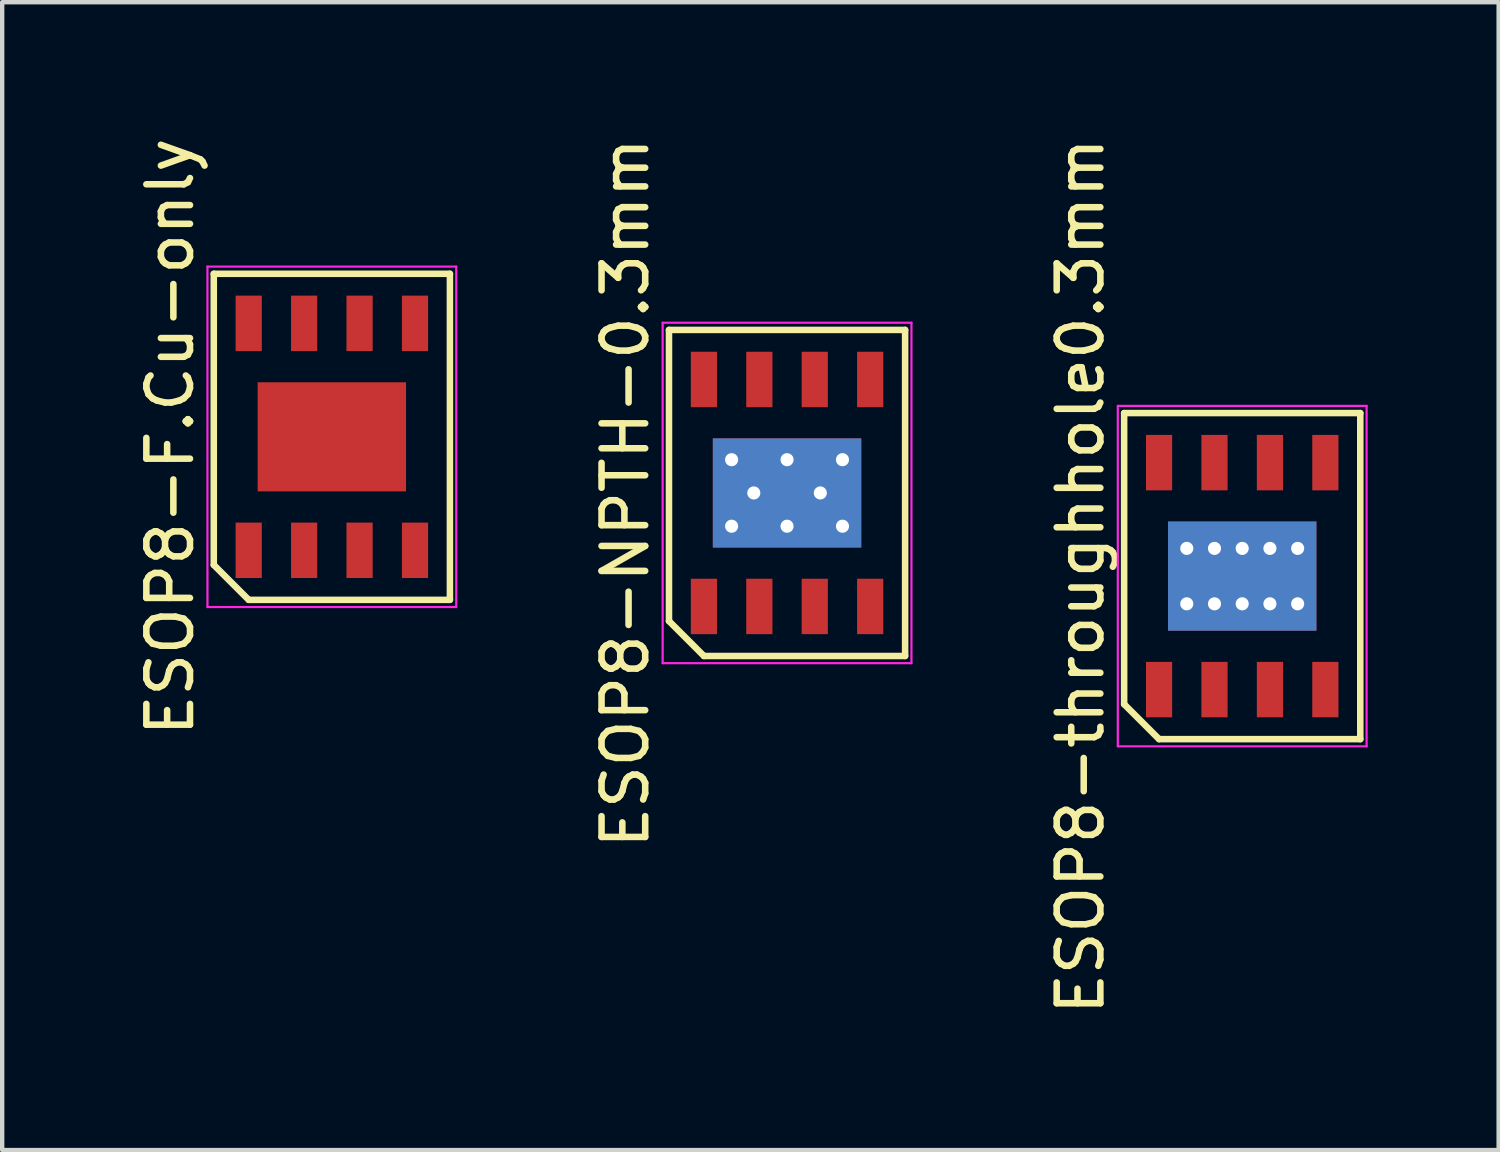
<source format=kicad_pcb>
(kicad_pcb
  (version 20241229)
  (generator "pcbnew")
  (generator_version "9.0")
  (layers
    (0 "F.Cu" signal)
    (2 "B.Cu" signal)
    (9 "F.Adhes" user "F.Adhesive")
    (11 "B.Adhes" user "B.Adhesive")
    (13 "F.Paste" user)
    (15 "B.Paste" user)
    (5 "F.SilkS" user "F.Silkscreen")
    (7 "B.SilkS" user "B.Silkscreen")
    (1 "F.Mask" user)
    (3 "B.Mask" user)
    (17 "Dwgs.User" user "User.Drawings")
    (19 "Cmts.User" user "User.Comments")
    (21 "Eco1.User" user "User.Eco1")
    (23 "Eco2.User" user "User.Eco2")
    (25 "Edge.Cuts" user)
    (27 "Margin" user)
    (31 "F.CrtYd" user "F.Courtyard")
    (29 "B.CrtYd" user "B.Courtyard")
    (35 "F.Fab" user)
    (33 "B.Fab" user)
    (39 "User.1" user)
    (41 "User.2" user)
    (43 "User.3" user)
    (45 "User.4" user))
  (footprint "ESOP8-F.Cu-only"
    (layer "F.Cu")
    (at 4.553 6.958)
    (property "Reference" "ESOP8-F.Cu-only" (at -3.705 0 90) (layer "F.SilkS") (effects (font (size 1 1) (thickness 0.15))))
    (attr smd)
    (fp_line (start -2.705 -3.735) (end 2.705 -3.735) (stroke (width 0.15) (type solid)) (layer "F.SilkS"))
    (fp_line (start -2.705 2.935) (end -2.705 -3.735) (stroke (width 0.15) (type solid)) (layer "F.SilkS"))
    (fp_line (start -1.905 3.735) (end -2.705 2.935) (stroke (width 0.15) (type solid)) (layer "F.SilkS"))
    (fp_line (start 2.705 -3.735) (end 2.705 3.735) (stroke (width 0.15) (type solid)) (layer "F.SilkS"))
    (fp_line (start 2.705 3.735) (end -1.905 3.735) (stroke (width 0.15) (type solid)) (layer "F.SilkS"))
    (fp_line (start -2.85 -3.9) (end 2.85 -3.9) (stroke (width 0.05) (type solid)) (layer "F.CrtYd"))
    (fp_line (start -2.85 3.9) (end -2.85 -3.9) (stroke (width 0.05) (type solid)) (layer "F.CrtYd"))
    (fp_line (start 2.85 -3.9) (end 2.85 3.9) (stroke (width 0.05) (type solid)) (layer "F.CrtYd"))
    (fp_line (start 2.85 3.9) (end -2.85 3.9) (stroke (width 0.05) (type solid)) (layer "F.CrtYd"))
    (pad "1" smd rect (at -1.905 2.6) (size 0.6 1.27) (layers "F.Cu" "F.Mask" "F.Paste"))
    (pad "2" smd rect (at -0.635 2.6) (size 0.6 1.27) (layers "F.Cu" "F.Mask" "F.Paste"))
    (pad "3" smd rect (at 0.635 2.6) (size 0.6 1.27) (layers "F.Cu" "F.Mask" "F.Paste"))
    (pad "4" smd rect (at 1.905 2.6) (size 0.6 1.27) (layers "F.Cu" "F.Mask" "F.Paste"))
    (pad "5" smd rect (at 1.905 -2.6) (size 0.6 1.27) (layers "F.Cu" "F.Mask" "F.Paste"))
    (pad "6" smd rect (at 0.635 -2.6) (size 0.6 1.27) (layers "F.Cu" "F.Mask" "F.Paste"))
    (pad "7" smd rect (at -0.635 -2.6) (size 0.6 1.27) (layers "F.Cu" "F.Mask" "F.Paste"))
    (pad "8" smd rect (at -1.905 -2.6) (size 0.6 1.27) (layers "F.Cu" "F.Mask" "F.Paste"))
    (pad "9" smd rect (at 0 0) (size 3.4 2.5) (layers "F.Cu" "F.Mask" "F.Paste")))
  (footprint "ESOP8-NPTH-0.3mm"
    (layer "F.Cu")
    (at 14.982 8.244)
    (property "Reference" "ESOP8-NPTH-0.3mm" (at -3.705 0 90) (layer "F.SilkS") (effects (font (size 1 1) (thickness 0.15))))
    (attr smd)
    (fp_line (start -2.705 -3.735) (end 2.705 -3.735) (stroke (width 0.15) (type solid)) (layer "F.SilkS"))
    (fp_line (start -2.705 2.935) (end -2.705 -3.735) (stroke (width 0.15) (type solid)) (layer "F.SilkS"))
    (fp_line (start -1.905 3.735) (end -2.705 2.935) (stroke (width 0.15) (type solid)) (layer "F.SilkS"))
    (fp_line (start 2.705 -3.735) (end 2.705 3.735) (stroke (width 0.15) (type solid)) (layer "F.SilkS"))
    (fp_line (start 2.705 3.735) (end -1.905 3.735) (stroke (width 0.15) (type solid)) (layer "F.SilkS"))
    (fp_line (start -2.85 -3.9) (end 2.85 -3.9) (stroke (width 0.05) (type solid)) (layer "F.CrtYd"))
    (fp_line (start -2.85 3.9) (end -2.85 -3.9) (stroke (width 0.05) (type solid)) (layer "F.CrtYd"))
    (fp_line (start 2.85 -3.9) (end 2.85 3.9) (stroke (width 0.05) (type solid)) (layer "F.CrtYd"))
    (fp_line (start 2.85 3.9) (end -2.85 3.9) (stroke (width 0.05) (type solid)) (layer "F.CrtYd"))
    (pad "" np_thru_hole circle (at -1.27 -0.762) (size 0.5 0.5) (drill 0.3) (layers "*.Cu"))
    (pad "" np_thru_hole circle (at -1.27 0.762) (size 0.5 0.5) (drill 0.3) (layers "*.Cu"))
    (pad "" np_thru_hole circle (at -0.762 0) (size 0.5 0.5) (drill 0.3) (layers "*.Cu"))
    (pad "" np_thru_hole circle (at 0 -0.762) (size 0.5 0.5) (drill 0.3) (layers "*.Cu"))
    (pad "" np_thru_hole circle (at 0 0.762) (size 0.5 0.5) (drill 0.3) (layers "*.Cu"))
    (pad "" np_thru_hole circle (at 0.762 0) (size 0.5 0.5) (drill 0.3) (layers "*.Cu"))
    (pad "" np_thru_hole circle (at 1.27 -0.762) (size 0.5 0.5) (drill 0.3) (layers "*.Cu"))
    (pad "" np_thru_hole circle (at 1.27 0.762) (size 0.5 0.5) (drill 0.3) (layers "*.Cu"))
    (pad "1" smd rect (at -1.905 2.6) (size 0.6 1.27) (layers "F.Cu" "F.Mask" "F.Paste"))
    (pad "2" smd rect (at -0.635 2.6) (size 0.6 1.27) (layers "F.Cu" "F.Mask" "F.Paste"))
    (pad "3" smd rect (at 0.635 2.6) (size 0.6 1.27) (layers "F.Cu" "F.Mask" "F.Paste"))
    (pad "4" smd rect (at 1.905 2.6) (size 0.6 1.27) (layers "F.Cu" "F.Mask" "F.Paste"))
    (pad "5" smd rect (at 1.905 -2.6) (size 0.6 1.27) (layers "F.Cu" "F.Mask" "F.Paste"))
    (pad "6" smd rect (at 0.635 -2.6) (size 0.6 1.27) (layers "F.Cu" "F.Mask" "F.Paste"))
    (pad "7" smd rect (at -0.635 -2.6) (size 0.6 1.27) (layers "F.Cu" "F.Mask" "F.Paste"))
    (pad "8" smd rect (at -1.905 -2.6) (size 0.6 1.27) (layers "F.Cu" "F.Mask" "F.Paste"))
    (pad "9" smd rect (at 0 0) (size 3.4 2.5) (layers "F.Cu" "F.Mask" "F.Paste"))
    (pad "9" smd rect (at 0 0) (size 3.4 2.5) (layers "B.Cu" "B.Mask" "B.Paste")))
  (footprint "ESOP8-throughhole0.3mm"
    (layer "F.Cu")
    (at 25.41 10.149)
    (property "Reference" "ESOP8-throughhole0.3mm" (at -3.705 0 90) (layer "F.SilkS") (effects (font (size 1 1) (thickness 0.15))))
    (attr smd)
    (fp_line (start -2.705 -3.735) (end 2.705 -3.735) (stroke (width 0.15) (type solid)) (layer "F.SilkS"))
    (fp_line (start -2.705 2.935) (end -2.705 -3.735) (stroke (width 0.15) (type solid)) (layer "F.SilkS"))
    (fp_line (start -1.905 3.735) (end -2.705 2.935) (stroke (width 0.15) (type solid)) (layer "F.SilkS"))
    (fp_line (start 2.705 -3.735) (end 2.705 3.735) (stroke (width 0.15) (type solid)) (layer "F.SilkS"))
    (fp_line (start 2.705 3.735) (end -1.905 3.735) (stroke (width 0.15) (type solid)) (layer "F.SilkS"))
    (fp_line (start -2.85 -3.9) (end 2.85 -3.9) (stroke (width 0.05) (type solid)) (layer "F.CrtYd"))
    (fp_line (start -2.85 3.9) (end -2.85 -3.9) (stroke (width 0.05) (type solid)) (layer "F.CrtYd"))
    (fp_line (start 2.85 -3.9) (end 2.85 3.9) (stroke (width 0.05) (type solid)) (layer "F.CrtYd"))
    (fp_line (start 2.85 3.9) (end -2.85 3.9) (stroke (width 0.05) (type solid)) (layer "F.CrtYd"))
    (pad "1" smd rect (at -1.905 2.6) (size 0.6 1.27) (layers "F.Cu" "F.Mask" "F.Paste"))
    (pad "2" smd rect (at -0.635 2.6) (size 0.6 1.27) (layers "F.Cu" "F.Mask" "F.Paste"))
    (pad "3" smd rect (at 0.635 2.6) (size 0.6 1.27) (layers "F.Cu" "F.Mask" "F.Paste"))
    (pad "4" smd rect (at 1.905 2.6) (size 0.6 1.27) (layers "F.Cu" "F.Mask" "F.Paste"))
    (pad "5" smd rect (at 1.905 -2.6) (size 0.6 1.27) (layers "F.Cu" "F.Mask" "F.Paste"))
    (pad "6" smd rect (at 0.635 -2.6) (size 0.6 1.27) (layers "F.Cu" "F.Mask" "F.Paste"))
    (pad "7" smd rect (at -0.635 -2.6) (size 0.6 1.27) (layers "F.Cu" "F.Mask" "F.Paste"))
    (pad "8" smd rect (at -1.905 -2.6) (size 0.6 1.27) (layers "F.Cu" "F.Mask" "F.Paste"))
    (pad "9" thru_hole rect (at -1.27 -0.635) (size 0.5 0.5) (drill 0.3) (layers "*.Cu" "*.Mask"))
    (pad "9" thru_hole rect (at -1.27 0.635) (size 0.5 0.5) (drill 0.3) (layers "*.Cu" "*.Mask"))
    (pad "9" thru_hole rect (at -0.635 -0.635) (size 0.5 0.5) (drill 0.3) (layers "*.Cu" "*.Mask"))
    (pad "9" thru_hole rect (at -0.635 0.635) (size 0.5 0.5) (drill 0.3) (layers "*.Cu" "*.Mask"))
    (pad "9" thru_hole rect (at 0 -0.635) (size 0.5 0.5) (drill 0.3) (layers "*.Cu" "*.Mask"))
    (pad "9" smd rect (at 0 0) (size 3.4 2.5) (layers "F.Cu" "F.Mask" "F.Paste"))
    (pad "9" smd rect (at 0 0) (size 3.4 2.5) (layers "B.Cu" "B.Mask" "B.Paste"))
    (pad "9" thru_hole rect (at 0 0.635) (size 0.5 0.5) (drill 0.3) (layers "*.Cu" "*.Mask"))
    (pad "9" thru_hole rect (at 0.635 -0.635) (size 0.5 0.5) (drill 0.3) (layers "*.Cu" "*.Mask"))
    (pad "9" thru_hole rect (at 0.635 0.635) (size 0.5 0.5) (drill 0.3) (layers "*.Cu" "*.Mask"))
    (pad "9" thru_hole rect (at 1.27 -0.635) (size 0.5 0.5) (drill 0.3) (layers "*.Cu" "*.Mask"))
    (pad "9" thru_hole rect (at 1.27 0.635) (size 0.5 0.5) (drill 0.3) (layers "*.Cu" "*.Mask")))
  (gr_rect
    (start -3 -3)
    (end 31.285 23.298)
    (stroke (width 0.1) (type default))
    (fill no)
    (layer "Edge.Cuts")))
</source>
